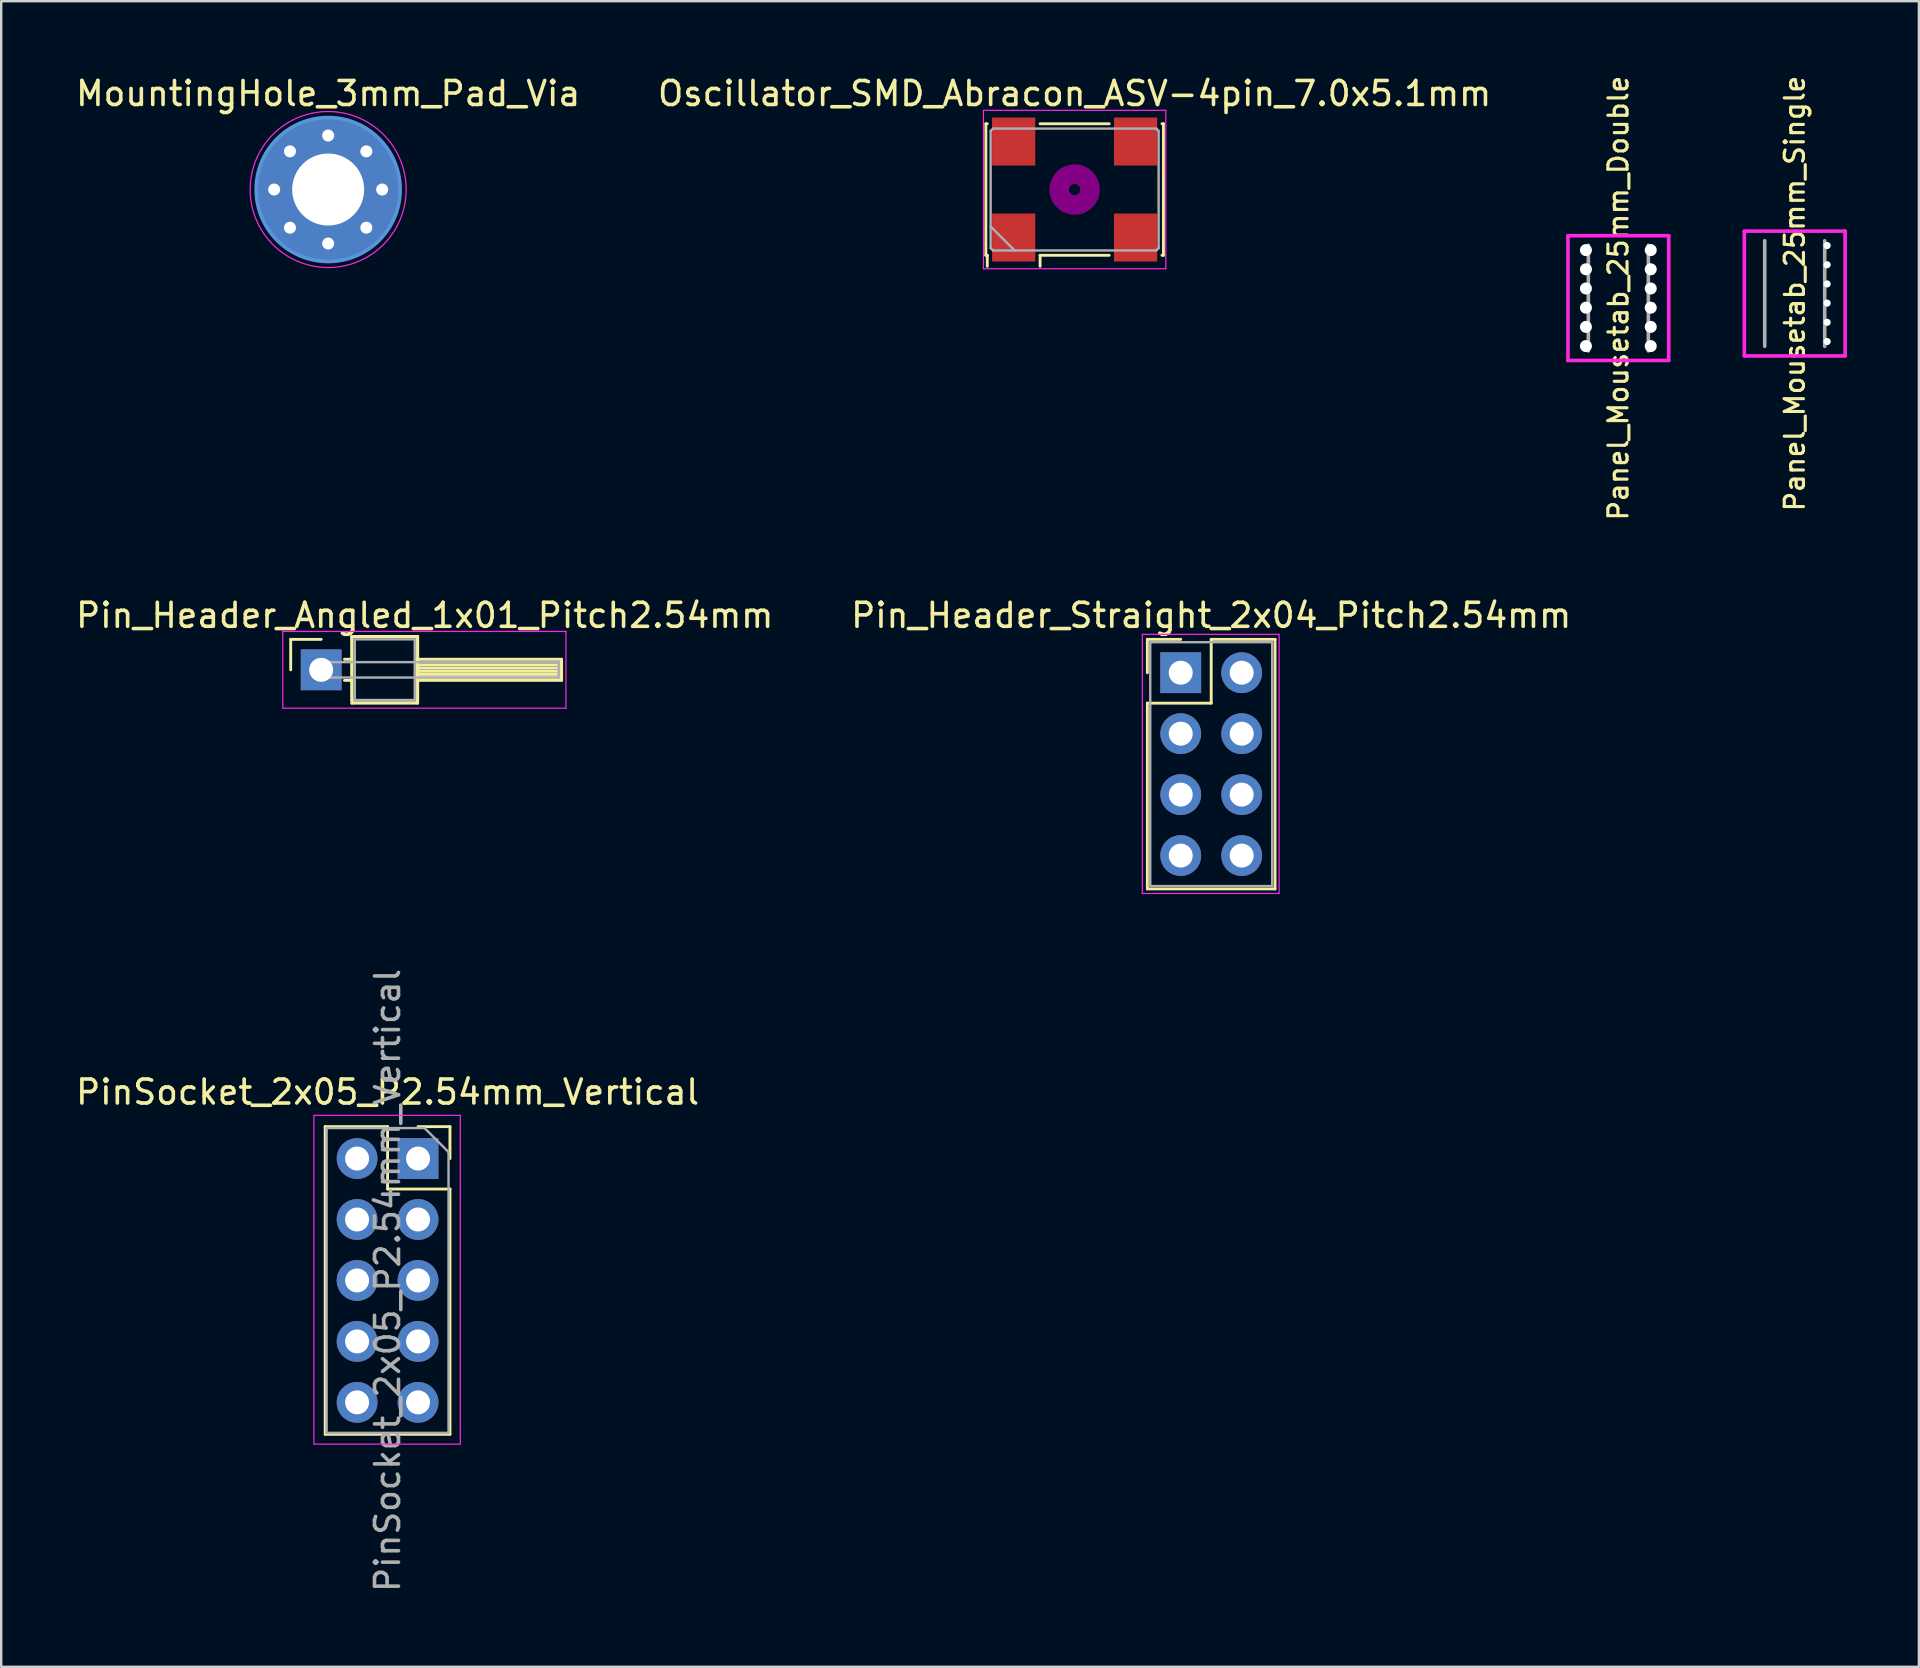
<source format=kicad_pcb>
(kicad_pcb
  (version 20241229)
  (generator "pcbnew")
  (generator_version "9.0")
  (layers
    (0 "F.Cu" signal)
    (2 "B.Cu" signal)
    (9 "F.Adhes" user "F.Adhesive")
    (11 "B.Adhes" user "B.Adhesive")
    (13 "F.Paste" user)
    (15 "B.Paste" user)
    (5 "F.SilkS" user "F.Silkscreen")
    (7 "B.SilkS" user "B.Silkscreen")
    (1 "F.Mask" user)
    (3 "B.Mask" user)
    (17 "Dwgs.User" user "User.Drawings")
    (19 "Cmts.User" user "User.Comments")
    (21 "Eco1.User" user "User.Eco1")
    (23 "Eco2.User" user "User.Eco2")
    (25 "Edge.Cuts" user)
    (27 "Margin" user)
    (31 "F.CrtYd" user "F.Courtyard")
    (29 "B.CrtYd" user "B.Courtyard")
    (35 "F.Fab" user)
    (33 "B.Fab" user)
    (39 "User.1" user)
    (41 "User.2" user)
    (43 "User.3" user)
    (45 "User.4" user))
  (footprint "Panel_Mousetab_25mm_Double"
    (layer "F.Cu")
    (at 64.389 9.372)
    (property "Reference" "Panel_Mousetab_25mm_Double" (at 0 0 90) (layer "F.SilkS") (effects (font (size 0.8 0.8) (thickness 0.13))))
    (attr through_hole)
    (fp_line (start -2.1 -2.6) (end 2.1 -2.6) (stroke (width 0.15) (type solid)) (layer "F.CrtYd"))
    (fp_line (start -2.1 2.6) (end -2.1 -2.6) (stroke (width 0.15) (type solid)) (layer "F.CrtYd"))
    (fp_line (start 2.1 -2.6) (end 2.1 2.6) (stroke (width 0.15) (type solid)) (layer "F.CrtYd"))
    (fp_line (start 2.1 2.6) (end -2.1 2.6) (stroke (width 0.15) (type solid)) (layer "F.CrtYd"))
    (fp_line (start -1.25 -2.2) (end -1.25 2.2) (stroke (width 0.15) (type solid)) (layer "F.Fab"))
    (fp_line (start 1.25 -2.2) (end 1.25 2.2) (stroke (width 0.15) (type solid)) (layer "F.Fab"))
    (pad "" np_thru_hole circle (at -1.35 -2) (size 0.5 0.5) (drill 0.5) (layers "*.Cu"))
    (pad "" np_thru_hole circle (at -1.35 -1.2) (size 0.5 0.5) (drill 0.5) (layers "*.Cu"))
    (pad "" np_thru_hole circle (at -1.35 -0.4) (size 0.5 0.5) (drill 0.5) (layers "*.Cu"))
    (pad "" np_thru_hole circle (at -1.35 0.4) (size 0.5 0.5) (drill 0.5) (layers "*.Cu"))
    (pad "" np_thru_hole circle (at -1.35 1.2) (size 0.5 0.5) (drill 0.5) (layers "*.Cu"))
    (pad "" np_thru_hole circle (at -1.35 2) (size 0.5 0.5) (drill 0.5) (layers "*.Cu"))
    (pad "" np_thru_hole circle (at 1.35 -2) (size 0.5 0.5) (drill 0.5) (layers "*.Cu"))
    (pad "" np_thru_hole circle (at 1.35 -1.2) (size 0.5 0.5) (drill 0.5) (layers "*.Cu"))
    (pad "" np_thru_hole circle (at 1.35 -0.4) (size 0.5 0.5) (drill 0.5) (layers "*.Cu"))
    (pad "" np_thru_hole circle (at 1.35 0.4) (size 0.5 0.5) (drill 0.5) (layers "*.Cu"))
    (pad "" np_thru_hole circle (at 1.35 1.2) (size 0.5 0.5) (drill 0.5) (layers "*.Cu"))
    (pad "" np_thru_hole circle (at 1.35 2) (size 0.5 0.5) (drill 0.5) (layers "*.Cu")))
  (footprint "Pin_Header_Angled_1x01_Pitch2.54mm"
    (layer "F.Cu")
    (at 10.334 24.863)
    (property "Reference" "Pin_Header_Angled_1x01_Pitch2.54mm" (at 4.315 -2.27 0) (layer "F.SilkS") (effects (font (size 1 1) (thickness 0.15))))
    (attr through_hole)
    (fp_line (start -1.27 -1.27) (end 0 -1.27) (stroke (width 0.12) (type solid)) (layer "F.SilkS"))
    (fp_line (start -1.27 0) (end -1.27 -1.27) (stroke (width 0.12) (type solid)) (layer "F.SilkS"))
    (fp_line (start 0.97 -0.44) (end 1.28 -0.44) (stroke (width 0.12) (type solid)) (layer "F.SilkS"))
    (fp_line (start 0.97 0.44) (end 1.28 0.44) (stroke (width 0.12) (type solid)) (layer "F.SilkS"))
    (fp_line (start 1.28 -1.39) (end 1.28 1.27) (stroke (width 0.12) (type solid)) (layer "F.SilkS"))
    (fp_line (start 1.28 -1.39) (end 1.28 1.39) (stroke (width 0.12) (type solid)) (layer "F.SilkS"))
    (fp_line (start 1.28 1.27) (end 4.02 1.27) (stroke (width 0.12) (type solid)) (layer "F.SilkS"))
    (fp_line (start 1.28 1.39) (end 4.02 1.39) (stroke (width 0.12) (type solid)) (layer "F.SilkS"))
    (fp_line (start 4.02 -1.39) (end 1.28 -1.39) (stroke (width 0.12) (type solid)) (layer "F.SilkS"))
    (fp_line (start 4.02 -1.39) (end 1.28 -1.39) (stroke (width 0.12) (type solid)) (layer "F.SilkS"))
    (fp_line (start 4.02 -0.44) (end 4.02 0.44) (stroke (width 0.12) (type solid)) (layer "F.SilkS"))
    (fp_line (start 4.02 -0.32) (end 10.02 -0.32) (stroke (width 0.12) (type solid)) (layer "F.SilkS"))
    (fp_line (start 4.02 -0.2) (end 10.02 -0.2) (stroke (width 0.12) (type solid)) (layer "F.SilkS"))
    (fp_line (start 4.02 -0.08) (end 10.02 -0.08) (stroke (width 0.12) (type solid)) (layer "F.SilkS"))
    (fp_line (start 4.02 0.04) (end 10.02 0.04) (stroke (width 0.12) (type solid)) (layer "F.SilkS"))
    (fp_line (start 4.02 0.16) (end 10.02 0.16) (stroke (width 0.12) (type solid)) (layer "F.SilkS"))
    (fp_line (start 4.02 0.28) (end 10.02 0.28) (stroke (width 0.12) (type solid)) (layer "F.SilkS"))
    (fp_line (start 4.02 0.4) (end 10.02 0.4) (stroke (width 0.12) (type solid)) (layer "F.SilkS"))
    (fp_line (start 4.02 0.44) (end 10.02 0.44) (stroke (width 0.12) (type solid)) (layer "F.SilkS"))
    (fp_line (start 4.02 1.27) (end 4.02 -1.39) (stroke (width 0.12) (type solid)) (layer "F.SilkS"))
    (fp_line (start 4.02 1.39) (end 4.02 -1.39) (stroke (width 0.12) (type solid)) (layer "F.SilkS"))
    (fp_line (start 10.02 -0.44) (end 4.02 -0.44) (stroke (width 0.12) (type solid)) (layer "F.SilkS"))
    (fp_line (start 10.02 0.44) (end 10.02 -0.44) (stroke (width 0.12) (type solid)) (layer "F.SilkS"))
    (fp_line (start -1.6 -1.6) (end -1.6 1.6) (stroke (width 0.05) (type solid)) (layer "F.CrtYd"))
    (fp_line (start -1.6 1.6) (end 10.2 1.6) (stroke (width 0.05) (type solid)) (layer "F.CrtYd"))
    (fp_line (start 10.2 -1.6) (end -1.6 -1.6) (stroke (width 0.05) (type solid)) (layer "F.CrtYd"))
    (fp_line (start 10.2 1.6) (end 10.2 -1.6) (stroke (width 0.05) (type solid)) (layer "F.CrtYd"))
    (fp_line (start 0 -0.32) (end 0 0.32) (stroke (width 0.1) (type solid)) (layer "F.Fab"))
    (fp_line (start 0 0.32) (end 9.9 0.32) (stroke (width 0.1) (type solid)) (layer "F.Fab"))
    (fp_line (start 1.4 -1.27) (end 1.4 1.27) (stroke (width 0.1) (type solid)) (layer "F.Fab"))
    (fp_line (start 1.4 1.27) (end 3.9 1.27) (stroke (width 0.1) (type solid)) (layer "F.Fab"))
    (fp_line (start 3.9 -1.27) (end 1.4 -1.27) (stroke (width 0.1) (type solid)) (layer "F.Fab"))
    (fp_line (start 3.9 1.27) (end 3.9 -1.27) (stroke (width 0.1) (type solid)) (layer "F.Fab"))
    (fp_line (start 9.9 -0.32) (end 0 -0.32) (stroke (width 0.1) (type solid)) (layer "F.Fab"))
    (fp_line (start 9.9 0.32) (end 9.9 -0.32) (stroke (width 0.1) (type solid)) (layer "F.Fab"))
    (pad "1" thru_hole rect (at 0 0) (size 1.7 1.7) (drill 1) (layers "*.Cu" "*.Mask")))
  (footprint "PinSocket_2x05_P2.54mm_Vertical"
    (layer "F.Cu")
    (at 14.371 45.229)
    (property "Reference" "PinSocket_2x05_P2.54mm_Vertical" (at -1.27 -2.77 0) (layer "F.SilkS") (effects (font (size 1 1) (thickness 0.15))))
    (attr through_hole)
    (fp_line (start -3.87 -1.33) (end -3.87 11.49) (stroke (width 0.12) (type solid)) (layer "F.SilkS"))
    (fp_line (start -3.87 -1.33) (end -1.27 -1.33) (stroke (width 0.12) (type solid)) (layer "F.SilkS"))
    (fp_line (start -3.87 11.49) (end 1.33 11.49) (stroke (width 0.12) (type solid)) (layer "F.SilkS"))
    (fp_line (start -1.27 -1.33) (end -1.27 1.27) (stroke (width 0.12) (type solid)) (layer "F.SilkS"))
    (fp_line (start -1.27 1.27) (end 1.33 1.27) (stroke (width 0.12) (type solid)) (layer "F.SilkS"))
    (fp_line (start 0 -1.33) (end 1.33 -1.33) (stroke (width 0.12) (type solid)) (layer "F.SilkS"))
    (fp_line (start 1.33 -1.33) (end 1.33 0) (stroke (width 0.12) (type solid)) (layer "F.SilkS"))
    (fp_line (start 1.33 1.27) (end 1.33 11.49) (stroke (width 0.12) (type solid)) (layer "F.SilkS"))
    (fp_line (start -4.34 -1.8) (end 1.76 -1.8) (stroke (width 0.05) (type solid)) (layer "F.CrtYd"))
    (fp_line (start -4.34 11.9) (end -4.34 -1.8) (stroke (width 0.05) (type solid)) (layer "F.CrtYd"))
    (fp_line (start 1.76 -1.8) (end 1.76 11.9) (stroke (width 0.05) (type solid)) (layer "F.CrtYd"))
    (fp_line (start 1.76 11.9) (end -4.34 11.9) (stroke (width 0.05) (type solid)) (layer "F.CrtYd"))
    (fp_line (start -3.81 -1.27) (end 0.27 -1.27) (stroke (width 0.1) (type solid)) (layer "F.Fab"))
    (fp_line (start -3.81 11.43) (end -3.81 -1.27) (stroke (width 0.1) (type solid)) (layer "F.Fab"))
    (fp_line (start 0.27 -1.27) (end 1.27 -0.27) (stroke (width 0.1) (type solid)) (layer "F.Fab"))
    (fp_line (start 1.27 -0.27) (end 1.27 11.43) (stroke (width 0.1) (type solid)) (layer "F.Fab"))
    (fp_line (start 1.27 11.43) (end -3.81 11.43) (stroke (width 0.1) (type solid)) (layer "F.Fab"))
    (fp_text user "${REFERENCE}" (at -1.27 5.08 90) (layer "F.Fab") (effects (font (size 1 1) (thickness 0.15))))
    (pad "1" thru_hole rect (at 0 0) (size 1.7 1.7) (drill 1) (layers "*.Cu" "*.Mask"))
    (pad "2" thru_hole oval (at -2.54 0) (size 1.7 1.7) (drill 1) (layers "*.Cu" "*.Mask"))
    (pad "3" thru_hole oval (at 0 2.54) (size 1.7 1.7) (drill 1) (layers "*.Cu" "*.Mask"))
    (pad "4" thru_hole oval (at -2.54 2.54) (size 1.7 1.7) (drill 1) (layers "*.Cu" "*.Mask"))
    (pad "5" thru_hole oval (at 0 5.08) (size 1.7 1.7) (drill 1) (layers "*.Cu" "*.Mask"))
    (pad "6" thru_hole oval (at -2.54 5.08) (size 1.7 1.7) (drill 1) (layers "*.Cu" "*.Mask"))
    (pad "7" thru_hole oval (at 0 7.62) (size 1.7 1.7) (drill 1) (layers "*.Cu" "*.Mask"))
    (pad "8" thru_hole oval (at -2.54 7.62) (size 1.7 1.7) (drill 1) (layers "*.Cu" "*.Mask"))
    (pad "9" thru_hole oval (at 0 10.16) (size 1.7 1.7) (drill 1) (layers "*.Cu" "*.Mask"))
    (pad "10" thru_hole oval (at -2.54 10.16) (size 1.7 1.7) (drill 1) (layers "*.Cu" "*.Mask")))
  (footprint "Panel_Mousetab_25mm_Single"
    (layer "F.Cu")
    (at 71.739 9.182)
    (property "Reference" "Panel_Mousetab_25mm_Single" (at 0 0 90) (layer "F.SilkS") (effects (font (size 0.8 0.8) (thickness 0.13))))
    (attr through_hole)
    (fp_line (start -2.1 -2.6) (end 2.1 -2.6) (stroke (width 0.15) (type solid)) (layer "F.CrtYd"))
    (fp_line (start -2.1 2.6) (end -2.1 -2.6) (stroke (width 0.15) (type solid)) (layer "F.CrtYd"))
    (fp_line (start 2.1 -2.6) (end 2.1 2.6) (stroke (width 0.15) (type solid)) (layer "F.CrtYd"))
    (fp_line (start 2.1 2.6) (end -2.1 2.6) (stroke (width 0.15) (type solid)) (layer "F.CrtYd"))
    (fp_line (start -1.25 -2.2) (end -1.25 2.2) (stroke (width 0.15) (type solid)) (layer "F.Fab"))
    (fp_line (start 1.25 -2.2) (end 1.25 2.2) (stroke (width 0.15) (type solid)) (layer "F.Fab"))
    (pad "" np_thru_hole circle (at 1.35 -2) (size 0.3 0.3) (drill 0.3) (layers "*.Cu"))
    (pad "" np_thru_hole circle (at 1.35 -1.2) (size 0.3 0.3) (drill 0.3) (layers "*.Cu"))
    (pad "" np_thru_hole circle (at 1.35 -0.4) (size 0.3 0.3) (drill 0.3) (layers "*.Cu"))
    (pad "" np_thru_hole circle (at 1.35 0.4) (size 0.3 0.3) (drill 0.3) (layers "*.Cu"))
    (pad "" np_thru_hole circle (at 1.35 1.2) (size 0.3 0.3) (drill 0.3) (layers "*.Cu"))
    (pad "" np_thru_hole circle (at 1.35 2) (size 0.3 0.3) (drill 0.3) (layers "*.Cu")))
  (footprint "Pin_Header_Straight_2x04_Pitch2.54mm"
    (layer "F.Cu")
    (at 46.153 24.983)
    (property "Reference" "Pin_Header_Straight_2x04_Pitch2.54mm" (at 1.27 -2.39 0) (layer "F.SilkS") (effects (font (size 1 1) (thickness 0.15))))
    (attr through_hole)
    (fp_line (start -1.39 -1.39) (end 0 -1.39) (stroke (width 0.12) (type solid)) (layer "F.SilkS"))
    (fp_line (start -1.39 0) (end -1.39 -1.39) (stroke (width 0.12) (type solid)) (layer "F.SilkS"))
    (fp_line (start -1.39 1.27) (end -1.39 9.01) (stroke (width 0.12) (type solid)) (layer "F.SilkS"))
    (fp_line (start -1.39 9.01) (end 3.93 9.01) (stroke (width 0.12) (type solid)) (layer "F.SilkS"))
    (fp_line (start 1.27 -1.39) (end 1.27 1.27) (stroke (width 0.12) (type solid)) (layer "F.SilkS"))
    (fp_line (start 1.27 1.27) (end -1.39 1.27) (stroke (width 0.12) (type solid)) (layer "F.SilkS"))
    (fp_line (start 3.93 -1.39) (end 1.27 -1.39) (stroke (width 0.12) (type solid)) (layer "F.SilkS"))
    (fp_line (start 3.93 9.01) (end 3.93 -1.39) (stroke (width 0.12) (type solid)) (layer "F.SilkS"))
    (fp_line (start -1.6 -1.6) (end -1.6 9.2) (stroke (width 0.05) (type solid)) (layer "F.CrtYd"))
    (fp_line (start -1.6 9.2) (end 4.1 9.2) (stroke (width 0.05) (type solid)) (layer "F.CrtYd"))
    (fp_line (start 4.1 -1.6) (end -1.6 -1.6) (stroke (width 0.05) (type solid)) (layer "F.CrtYd"))
    (fp_line (start 4.1 9.2) (end 4.1 -1.6) (stroke (width 0.05) (type solid)) (layer "F.CrtYd"))
    (fp_line (start -1.27 -1.27) (end -1.27 8.89) (stroke (width 0.1) (type solid)) (layer "F.Fab"))
    (fp_line (start -1.27 8.89) (end 3.81 8.89) (stroke (width 0.1) (type solid)) (layer "F.Fab"))
    (fp_line (start 3.81 -1.27) (end -1.27 -1.27) (stroke (width 0.1) (type solid)) (layer "F.Fab"))
    (fp_line (start 3.81 8.89) (end 3.81 -1.27) (stroke (width 0.1) (type solid)) (layer "F.Fab"))
    (pad "1" thru_hole rect (at 0 0) (size 1.7 1.7) (drill 1) (layers "*.Cu" "*.Mask"))
    (pad "2" thru_hole oval (at 2.54 0) (size 1.7 1.7) (drill 1) (layers "*.Cu" "*.Mask"))
    (pad "3" thru_hole oval (at 0 2.54) (size 1.7 1.7) (drill 1) (layers "*.Cu" "*.Mask"))
    (pad "4" thru_hole oval (at 2.54 2.54) (size 1.7 1.7) (drill 1) (layers "*.Cu" "*.Mask"))
    (pad "5" thru_hole oval (at 0 5.08) (size 1.7 1.7) (drill 1) (layers "*.Cu" "*.Mask"))
    (pad "6" thru_hole oval (at 2.54 5.08) (size 1.7 1.7) (drill 1) (layers "*.Cu" "*.Mask"))
    (pad "7" thru_hole oval (at 0 7.62) (size 1.7 1.7) (drill 1) (layers "*.Cu" "*.Mask"))
    (pad "8" thru_hole oval (at 2.54 7.62) (size 1.7 1.7) (drill 1) (layers "*.Cu" "*.Mask")))
  (footprint "MountingHole_3mm_Pad_Via"
    (layer "F.Cu")
    (at 10.625 4.848)
    (property "Reference" "MountingHole_3mm_Pad_Via" (at 0 -4 0) (layer "F.SilkS") (effects (font (size 1 1) (thickness 0.15))))
    (attr through_hole)
    (fp_circle (center 0 0) (end 3 0) (stroke (width 0.15) (type solid)) (fill no) (layer "Cmts.User"))
    (fp_circle (center 0 0) (end 3.25 0) (stroke (width 0.05) (type solid)) (fill no) (layer "F.CrtYd"))
    (pad "" thru_hole circle (at -2.25 0) (size 0.6 0.6) (drill 0.5) (layers "*.Cu" "*.Mask"))
    (pad "" thru_hole circle (at -1.591 -1.591) (size 0.6 0.6) (drill 0.5) (layers "*.Cu" "*.Mask"))
    (pad "" thru_hole circle (at -1.591 1.591) (size 0.6 0.6) (drill 0.5) (layers "*.Cu" "*.Mask"))
    (pad "" thru_hole circle (at 0 -2.25) (size 0.6 0.6) (drill 0.5) (layers "*.Cu" "*.Mask"))
    (pad "" thru_hole circle (at 0 2.25) (size 0.6 0.6) (drill 0.5) (layers "*.Cu" "*.Mask"))
    (pad "" thru_hole circle (at 1.591 -1.591) (size 0.6 0.6) (drill 0.5) (layers "*.Cu" "*.Mask"))
    (pad "" thru_hole circle (at 1.591 1.591) (size 0.6 0.6) (drill 0.5) (layers "*.Cu" "*.Mask"))
    (pad "" thru_hole circle (at 2.25 0) (size 0.6 0.6) (drill 0.5) (layers "*.Cu" "*.Mask"))
    (pad "1" thru_hole circle (at 0 0) (size 6 6) (drill 3) (layers "*.Cu" "*.Mask")))
  (footprint "Oscillator_SMD_Abracon_ASV-4pin_7.0x5.1mm"
    (layer "F.Cu")
    (at 41.732 4.848)
    (property "Reference" "Oscillator_SMD_Abracon_ASV-4pin_7.0x5.1mm" (at 0 -4 0) (layer "F.SilkS") (effects (font (size 1 1) (thickness 0.15))))
    (attr smd)
    (fp_line (start -3.7 -2.74) (end -3.64 -2.74) (stroke (width 0.12) (type solid)) (layer "F.SilkS"))
    (fp_line (start -3.7 2.74) (end -3.7 -2.74) (stroke (width 0.12) (type solid)) (layer "F.SilkS"))
    (fp_line (start -3.64 2.74) (end -3.7 2.74) (stroke (width 0.12) (type solid)) (layer "F.SilkS"))
    (fp_line (start -3.64 3.2) (end -3.64 2.74) (stroke (width 0.12) (type solid)) (layer "F.SilkS"))
    (fp_line (start -1.44 -2.74) (end 1.44 -2.74) (stroke (width 0.12) (type solid)) (layer "F.SilkS"))
    (fp_line (start -1.44 2.74) (end -1.44 3.2) (stroke (width 0.12) (type solid)) (layer "F.SilkS"))
    (fp_line (start 1.44 2.74) (end -1.44 2.74) (stroke (width 0.12) (type solid)) (layer "F.SilkS"))
    (fp_line (start 3.64 -2.74) (end 3.7 -2.74) (stroke (width 0.12) (type solid)) (layer "F.SilkS"))
    (fp_line (start 3.7 -2.74) (end 3.7 2.74) (stroke (width 0.12) (type solid)) (layer "F.SilkS"))
    (fp_line (start 3.7 2.74) (end 3.64 2.74) (stroke (width 0.12) (type solid)) (layer "F.SilkS"))
    (fp_circle (center 0 0) (end 0.233 0) (stroke (width 0.467) (type solid)) (fill no) (layer "F.Adhes"))
    (fp_circle (center 0 0) (end 0.533 0) (stroke (width 0.333) (type solid)) (fill no) (layer "F.Adhes"))
    (fp_circle (center 0 0) (end 0.833 0) (stroke (width 0.333) (type solid)) (fill no) (layer "F.Adhes"))
    (fp_circle (center 0 0) (end 1 0) (stroke (width 0.1) (type solid)) (fill no) (layer "F.Adhes"))
    (fp_line (start -3.8 -3.3) (end -3.8 3.3) (stroke (width 0.05) (type solid)) (layer "F.CrtYd"))
    (fp_line (start -3.8 3.3) (end 3.8 3.3) (stroke (width 0.05) (type solid)) (layer "F.CrtYd"))
    (fp_line (start 3.8 -3.3) (end -3.8 -3.3) (stroke (width 0.05) (type solid)) (layer "F.CrtYd"))
    (fp_line (start 3.8 3.3) (end 3.8 -3.3) (stroke (width 0.05) (type solid)) (layer "F.CrtYd"))
    (fp_line (start -3.5 -2.44) (end -3.4 -2.54) (stroke (width 0.1) (type solid)) (layer "F.Fab"))
    (fp_line (start -3.5 1.54) (end -2.5 2.54) (stroke (width 0.1) (type solid)) (layer "F.Fab"))
    (fp_line (start -3.5 2.44) (end -3.5 -2.44) (stroke (width 0.1) (type solid)) (layer "F.Fab"))
    (fp_line (start -3.4 -2.54) (end 3.4 -2.54) (stroke (width 0.1) (type solid)) (layer "F.Fab"))
    (fp_line (start -3.4 2.54) (end -3.5 2.44) (stroke (width 0.1) (type solid)) (layer "F.Fab"))
    (fp_line (start 3.4 -2.54) (end 3.5 -2.44) (stroke (width 0.1) (type solid)) (layer "F.Fab"))
    (fp_line (start 3.4 2.54) (end -3.4 2.54) (stroke (width 0.1) (type solid)) (layer "F.Fab"))
    (fp_line (start 3.5 -2.44) (end 3.5 2.44) (stroke (width 0.1) (type solid)) (layer "F.Fab"))
    (fp_line (start 3.5 2.44) (end 3.4 2.54) (stroke (width 0.1) (type solid)) (layer "F.Fab"))
    (pad "1" smd rect (at -2.54 2) (size 1.8 2) (layers "F.Cu" "F.Mask"))
    (pad "2" smd rect (at 2.54 2) (size 1.8 2) (layers "F.Cu" "F.Mask"))
    (pad "3" smd rect (at 2.54 -2) (size 1.8 2) (layers "F.Cu" "F.Mask"))
    (pad "4" smd rect (at -2.54 -2) (size 1.8 2) (layers "F.Cu" "F.Mask")))
  (gr_rect
    (start -3 -3)
    (end 76.914 66.41)
    (stroke (width 0.1) (type default))
    (fill no)
    (layer "Edge.Cuts")))
</source>
